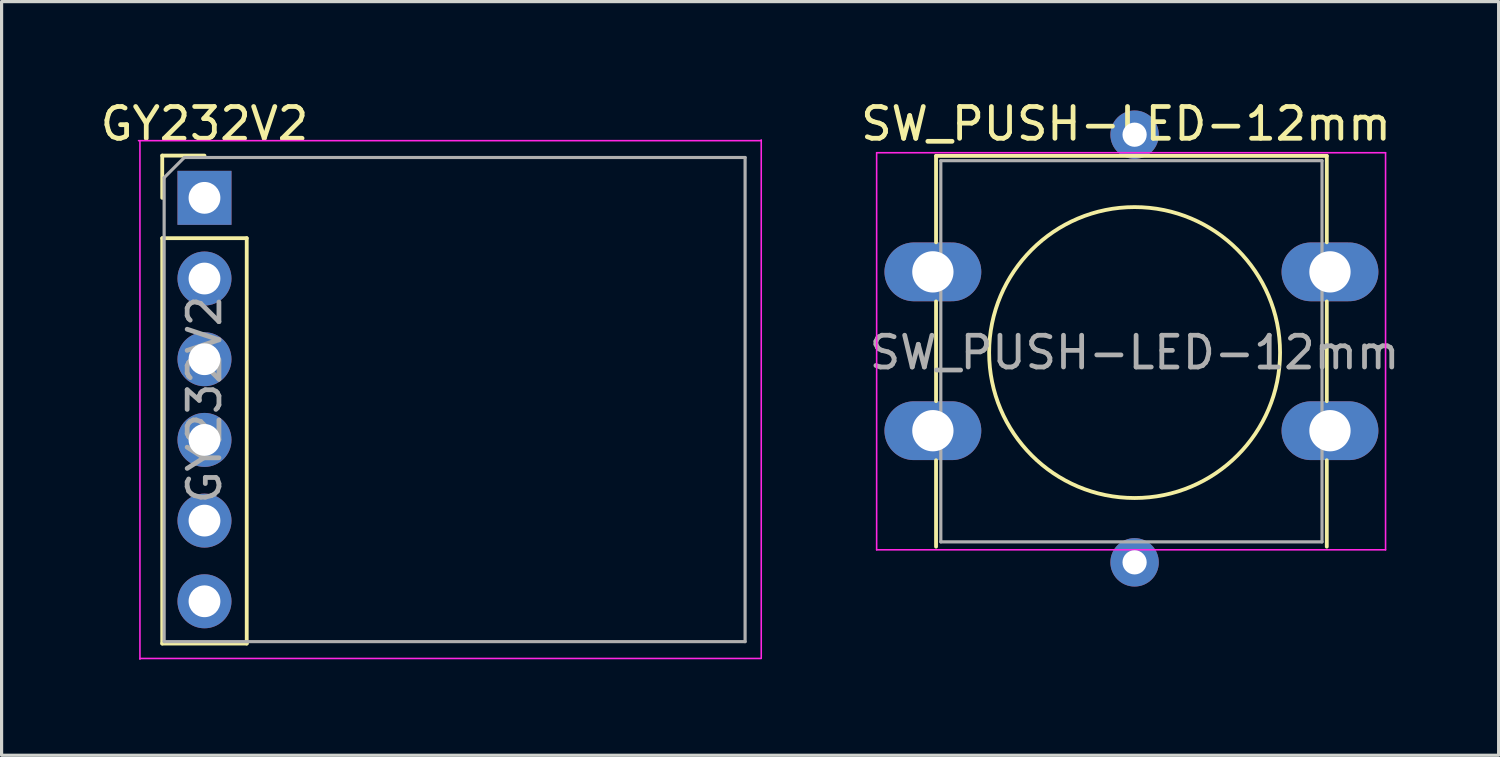
<source format=kicad_pcb>
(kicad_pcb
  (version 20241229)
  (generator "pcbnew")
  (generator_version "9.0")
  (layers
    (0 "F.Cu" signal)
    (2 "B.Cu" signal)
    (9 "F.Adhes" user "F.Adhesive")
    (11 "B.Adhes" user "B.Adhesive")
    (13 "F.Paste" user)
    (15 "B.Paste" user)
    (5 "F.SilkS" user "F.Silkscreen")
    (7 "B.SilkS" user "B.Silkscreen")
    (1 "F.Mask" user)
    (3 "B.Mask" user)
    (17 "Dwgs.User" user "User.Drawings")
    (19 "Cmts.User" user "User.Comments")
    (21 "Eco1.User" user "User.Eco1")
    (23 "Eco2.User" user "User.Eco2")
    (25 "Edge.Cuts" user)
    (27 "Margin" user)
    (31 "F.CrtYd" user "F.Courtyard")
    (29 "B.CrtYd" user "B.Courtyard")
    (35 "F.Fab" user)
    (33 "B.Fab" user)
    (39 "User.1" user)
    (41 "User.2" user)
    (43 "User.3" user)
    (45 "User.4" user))
  (footprint "SW_PUSH-LED-12mm"
    (layer "F.Cu")
    (at 26.316 5.508)
    (property "Reference" "SW_PUSH-LED-12mm" (at 6.08 -4.66 0) (layer "F.SilkS") (effects (font (size 1 1) (thickness 0.15))))
    (attr through_hole)
    (fp_line (start 0.1 -3.65) (end 12.4 -3.65) (stroke (width 0.12) (type solid)) (layer "F.SilkS"))
    (fp_line (start 0.1 -0.93) (end 0.1 -3.65) (stroke (width 0.12) (type solid)) (layer "F.SilkS"))
    (fp_line (start 0.1 4.07) (end 0.1 0.93) (stroke (width 0.12) (type solid)) (layer "F.SilkS"))
    (fp_line (start 0.1 8.65) (end 0.1 5.93) (stroke (width 0.12) (type solid)) (layer "F.SilkS"))
    (fp_line (start 12.4 -3.65) (end 12.4 -0.93) (stroke (width 0.12) (type solid)) (layer "F.SilkS"))
    (fp_line (start 12.4 0.93) (end 12.4 4.07) (stroke (width 0.12) (type solid)) (layer "F.SilkS"))
    (fp_line (start 12.4 5.93) (end 12.4 8.65) (stroke (width 0.12) (type solid)) (layer "F.SilkS"))
    (fp_circle (center 6.35 2.54) (end 10.16 5.08) (stroke (width 0.12) (type solid)) (fill no) (layer "F.SilkS"))
    (fp_line (start -1.77 -3.75) (end -1.77 8.75) (stroke (width 0.05) (type solid)) (layer "F.CrtYd"))
    (fp_line (start -1.77 -3.75) (end 14.25 -3.75) (stroke (width 0.05) (type solid)) (layer "F.CrtYd"))
    (fp_line (start 14.25 8.75) (end -1.77 8.75) (stroke (width 0.05) (type solid)) (layer "F.CrtYd"))
    (fp_line (start 14.25 8.75) (end 14.25 -3.75) (stroke (width 0.05) (type solid)) (layer "F.CrtYd"))
    (fp_line (start 0.25 -3.5) (end 0.25 8.5) (stroke (width 0.1) (type solid)) (layer "F.Fab"))
    (fp_line (start 0.25 -3.5) (end 12.25 -3.5) (stroke (width 0.1) (type solid)) (layer "F.Fab"))
    (fp_line (start 0.25 8.5) (end 12.25 8.5) (stroke (width 0.1) (type solid)) (layer "F.Fab"))
    (fp_line (start 12.25 -3.5) (end 12.25 8.5) (stroke (width 0.1) (type solid)) (layer "F.Fab"))
    (fp_text user "${REFERENCE}" (at 6.35 2.54 0) (layer "F.Fab") (effects (font (size 1 1) (thickness 0.15))))
    (pad "1" thru_hole oval (at 0 0) (size 3.048 1.85) (drill 1.3) (layers "*.Cu" "*.Mask"))
    (pad "1" thru_hole oval (at 12.5 0) (size 3.048 1.85) (drill 1.3) (layers "*.Cu" "*.Mask"))
    (pad "2" thru_hole oval (at 0 5) (size 3.048 1.85) (drill 1.3) (layers "*.Cu" "*.Mask"))
    (pad "2" thru_hole oval (at 12.5 5) (size 3.048 1.85) (drill 1.3) (layers "*.Cu" "*.Mask"))
    (pad "3" thru_hole circle (at 6.35 -4.318) (size 1.524 1.524) (drill 0.762) (layers "*.Cu" "*.Mask"))
    (pad "4" thru_hole circle (at 6.35 9.144) (size 1.524 1.524) (drill 0.762) (layers "*.Cu" "*.Mask")))
  (footprint "GY232V2"
    (layer "F.Cu")
    (at 3.387 3.178)
    (property "Reference" "GY232V2" (at 0 -2.33 0) (layer "F.SilkS") (effects (font (size 1 1) (thickness 0.15))))
    (attr through_hole)
    (fp_line (start -1.33 -1.33) (end 0 -1.33) (stroke (width 0.12) (type solid)) (layer "F.SilkS"))
    (fp_line (start -1.33 0) (end -1.33 -1.33) (stroke (width 0.12) (type solid)) (layer "F.SilkS"))
    (fp_line (start -1.33 1.27) (end -1.33 14.03) (stroke (width 0.12) (type solid)) (layer "F.SilkS"))
    (fp_line (start -1.33 1.27) (end 1.33 1.27) (stroke (width 0.12) (type solid)) (layer "F.SilkS"))
    (fp_line (start -1.33 14.03) (end 1.33 14.03) (stroke (width 0.12) (type solid)) (layer "F.SilkS"))
    (fp_line (start 1.33 1.27) (end 1.33 14.03) (stroke (width 0.12) (type solid)) (layer "F.SilkS"))
    (fp_line (start -2.032 -1.778) (end -2.032 14.522) (stroke (width 0.05) (type solid)) (layer "F.CrtYd"))
    (fp_line (start -2.032 14.5) (end 17.526 14.5) (stroke (width 0.05) (type solid)) (layer "F.CrtYd"))
    (fp_line (start 17.526 -1.8) (end -2.076 -1.8) (stroke (width 0.05) (type solid)) (layer "F.CrtYd"))
    (fp_line (start 17.526 14.478) (end 17.526 -1.822) (stroke (width 0.05) (type solid)) (layer "F.CrtYd"))
    (fp_line (start -1.27 -0.635) (end -0.635 -1.27) (stroke (width 0.1) (type solid)) (layer "F.Fab"))
    (fp_line (start -1.27 13.97) (end -1.27 -0.635) (stroke (width 0.1) (type solid)) (layer "F.Fab"))
    (fp_line (start -0.635 -1.27) (end 17.018 -1.27) (stroke (width 0.1) (type solid)) (layer "F.Fab"))
    (fp_line (start 17.018 -1.27) (end 17.018 13.97) (stroke (width 0.1) (type solid)) (layer "F.Fab"))
    (fp_line (start 17.018 13.97) (end -1.27 13.97) (stroke (width 0.1) (type solid)) (layer "F.Fab"))
    (fp_text user "${REFERENCE}" (at 0 6.35 90) (layer "F.Fab") (effects (font (size 1 1) (thickness 0.15))))
    (pad "1" thru_hole rect (at 0 0) (size 1.7 1.7) (drill 1) (layers "*.Cu" "*.Mask"))
    (pad "2" thru_hole oval (at 0 2.54) (size 1.7 1.7) (drill 1) (layers "*.Cu" "*.Mask"))
    (pad "3" thru_hole oval (at 0 5.08) (size 1.7 1.7) (drill 1) (layers "*.Cu" "*.Mask"))
    (pad "4" thru_hole oval (at 0 7.62) (size 1.7 1.7) (drill 1) (layers "*.Cu" "*.Mask"))
    (pad "5" thru_hole oval (at 0 10.16) (size 1.7 1.7) (drill 1) (layers "*.Cu" "*.Mask"))
    (pad "6" thru_hole oval (at 0 12.7) (size 1.7 1.7) (drill 1) (layers "*.Cu" "*.Mask")))
  (gr_rect
    (start -3 -3)
    (end 44.125 20.725)
    (stroke (width 0.1) (type default))
    (fill no)
    (layer "Edge.Cuts")))
</source>
